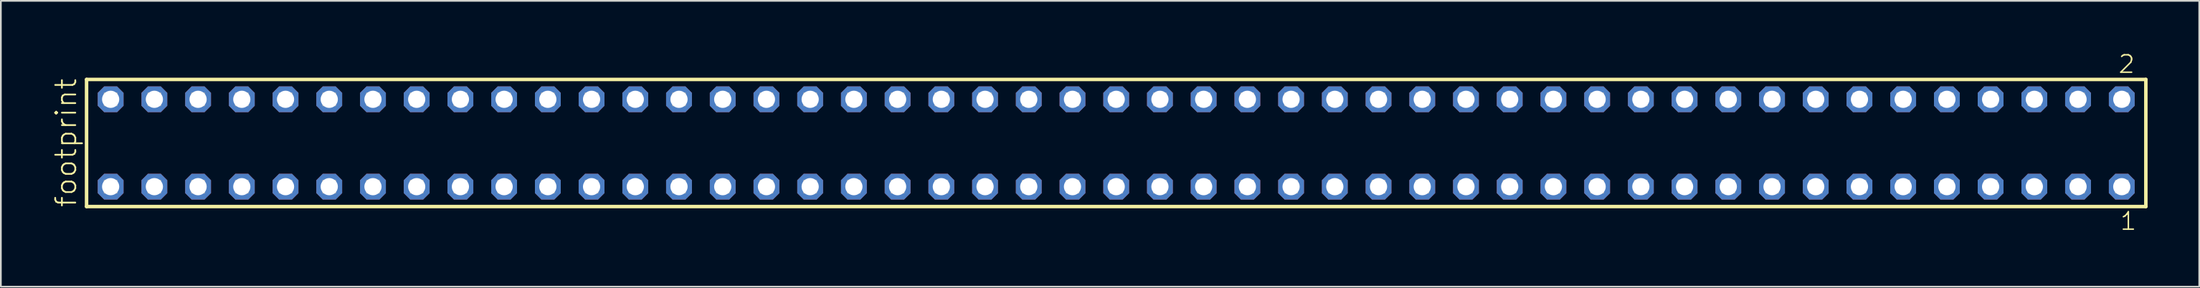
<source format=kicad_pcb>
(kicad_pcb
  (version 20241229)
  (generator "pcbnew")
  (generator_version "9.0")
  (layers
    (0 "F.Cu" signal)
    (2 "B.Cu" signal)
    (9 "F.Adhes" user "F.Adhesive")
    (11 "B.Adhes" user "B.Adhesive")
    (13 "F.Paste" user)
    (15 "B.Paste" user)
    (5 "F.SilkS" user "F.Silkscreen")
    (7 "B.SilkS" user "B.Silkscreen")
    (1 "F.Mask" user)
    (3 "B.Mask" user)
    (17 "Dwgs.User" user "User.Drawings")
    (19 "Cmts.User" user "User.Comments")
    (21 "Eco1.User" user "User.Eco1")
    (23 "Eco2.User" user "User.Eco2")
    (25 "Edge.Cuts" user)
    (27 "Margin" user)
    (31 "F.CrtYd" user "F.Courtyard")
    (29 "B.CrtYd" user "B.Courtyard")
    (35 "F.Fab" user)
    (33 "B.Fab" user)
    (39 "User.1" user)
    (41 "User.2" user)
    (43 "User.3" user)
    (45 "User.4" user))
  (footprint "footprint"
    (layer "F.Cu")
    (at 61.798 5.265)
    (property "Reference" "footprint" (at -60.325 3.81 90) (layer "F.SilkS") (effects (font (size 1.168 1.168) (thickness 0.102)) (justify left bottom)))
    (fp_line (start -59.819 -3.695) (end 59.819 -3.695) (stroke (width 0.203) (type solid)) (layer "F.SilkS"))
    (fp_line (start -59.819 3.695) (end -59.819 -3.695) (stroke (width 0.203) (type solid)) (layer "F.SilkS"))
    (fp_line (start 59.819 -3.695) (end 59.819 3.695) (stroke (width 0.203) (type solid)) (layer "F.SilkS"))
    (fp_line (start 59.819 3.695) (end -59.819 3.695) (stroke (width 0.203) (type solid)) (layer "F.SilkS"))
    (fp_poly (pts (xy -58.77 -2.19) (xy -58.07 -2.19) (xy -58.07 -2.89) (xy -58.77 -2.89)) (stroke (width 0.1) (type solid)) (fill no) (layer "F.Fab"))
    (fp_poly (pts (xy -58.77 2.89) (xy -58.07 2.89) (xy -58.07 2.19) (xy -58.77 2.19)) (stroke (width 0.1) (type solid)) (fill no) (layer "F.Fab"))
    (fp_poly (pts (xy -56.23 -2.19) (xy -55.53 -2.19) (xy -55.53 -2.89) (xy -56.23 -2.89)) (stroke (width 0.1) (type solid)) (fill no) (layer "F.Fab"))
    (fp_poly (pts (xy -56.23 2.89) (xy -55.53 2.89) (xy -55.53 2.19) (xy -56.23 2.19)) (stroke (width 0.1) (type solid)) (fill no) (layer "F.Fab"))
    (fp_poly (pts (xy -53.69 -2.19) (xy -52.99 -2.19) (xy -52.99 -2.89) (xy -53.69 -2.89)) (stroke (width 0.1) (type solid)) (fill no) (layer "F.Fab"))
    (fp_poly (pts (xy -53.69 2.89) (xy -52.99 2.89) (xy -52.99 2.19) (xy -53.69 2.19)) (stroke (width 0.1) (type solid)) (fill no) (layer "F.Fab"))
    (fp_poly (pts (xy -51.15 -2.19) (xy -50.45 -2.19) (xy -50.45 -2.89) (xy -51.15 -2.89)) (stroke (width 0.1) (type solid)) (fill no) (layer "F.Fab"))
    (fp_poly (pts (xy -51.15 2.89) (xy -50.45 2.89) (xy -50.45 2.19) (xy -51.15 2.19)) (stroke (width 0.1) (type solid)) (fill no) (layer "F.Fab"))
    (fp_poly (pts (xy -48.61 -2.19) (xy -47.91 -2.19) (xy -47.91 -2.89) (xy -48.61 -2.89)) (stroke (width 0.1) (type solid)) (fill no) (layer "F.Fab"))
    (fp_poly (pts (xy -48.61 2.89) (xy -47.91 2.89) (xy -47.91 2.19) (xy -48.61 2.19)) (stroke (width 0.1) (type solid)) (fill no) (layer "F.Fab"))
    (fp_poly (pts (xy -46.07 -2.19) (xy -45.37 -2.19) (xy -45.37 -2.89) (xy -46.07 -2.89)) (stroke (width 0.1) (type solid)) (fill no) (layer "F.Fab"))
    (fp_poly (pts (xy -46.07 2.89) (xy -45.37 2.89) (xy -45.37 2.19) (xy -46.07 2.19)) (stroke (width 0.1) (type solid)) (fill no) (layer "F.Fab"))
    (fp_poly (pts (xy -43.53 -2.19) (xy -42.83 -2.19) (xy -42.83 -2.89) (xy -43.53 -2.89)) (stroke (width 0.1) (type solid)) (fill no) (layer "F.Fab"))
    (fp_poly (pts (xy -43.53 2.89) (xy -42.83 2.89) (xy -42.83 2.19) (xy -43.53 2.19)) (stroke (width 0.1) (type solid)) (fill no) (layer "F.Fab"))
    (fp_poly (pts (xy -40.99 -2.19) (xy -40.29 -2.19) (xy -40.29 -2.89) (xy -40.99 -2.89)) (stroke (width 0.1) (type solid)) (fill no) (layer "F.Fab"))
    (fp_poly (pts (xy -40.99 2.89) (xy -40.29 2.89) (xy -40.29 2.19) (xy -40.99 2.19)) (stroke (width 0.1) (type solid)) (fill no) (layer "F.Fab"))
    (fp_poly (pts (xy -38.45 -2.19) (xy -37.75 -2.19) (xy -37.75 -2.89) (xy -38.45 -2.89)) (stroke (width 0.1) (type solid)) (fill no) (layer "F.Fab"))
    (fp_poly (pts (xy -38.45 2.89) (xy -37.75 2.89) (xy -37.75 2.19) (xy -38.45 2.19)) (stroke (width 0.1) (type solid)) (fill no) (layer "F.Fab"))
    (fp_poly (pts (xy -35.91 -2.19) (xy -35.21 -2.19) (xy -35.21 -2.89) (xy -35.91 -2.89)) (stroke (width 0.1) (type solid)) (fill no) (layer "F.Fab"))
    (fp_poly (pts (xy -35.91 2.89) (xy -35.21 2.89) (xy -35.21 2.19) (xy -35.91 2.19)) (stroke (width 0.1) (type solid)) (fill no) (layer "F.Fab"))
    (fp_poly (pts (xy -33.37 -2.19) (xy -32.67 -2.19) (xy -32.67 -2.89) (xy -33.37 -2.89)) (stroke (width 0.1) (type solid)) (fill no) (layer "F.Fab"))
    (fp_poly (pts (xy -33.37 2.89) (xy -32.67 2.89) (xy -32.67 2.19) (xy -33.37 2.19)) (stroke (width 0.1) (type solid)) (fill no) (layer "F.Fab"))
    (fp_poly (pts (xy -30.83 -2.19) (xy -30.13 -2.19) (xy -30.13 -2.89) (xy -30.83 -2.89)) (stroke (width 0.1) (type solid)) (fill no) (layer "F.Fab"))
    (fp_poly (pts (xy -30.83 2.89) (xy -30.13 2.89) (xy -30.13 2.19) (xy -30.83 2.19)) (stroke (width 0.1) (type solid)) (fill no) (layer "F.Fab"))
    (fp_poly (pts (xy -28.29 -2.19) (xy -27.59 -2.19) (xy -27.59 -2.89) (xy -28.29 -2.89)) (stroke (width 0.1) (type solid)) (fill no) (layer "F.Fab"))
    (fp_poly (pts (xy -28.29 2.89) (xy -27.59 2.89) (xy -27.59 2.19) (xy -28.29 2.19)) (stroke (width 0.1) (type solid)) (fill no) (layer "F.Fab"))
    (fp_poly (pts (xy -25.75 -2.19) (xy -25.05 -2.19) (xy -25.05 -2.89) (xy -25.75 -2.89)) (stroke (width 0.1) (type solid)) (fill no) (layer "F.Fab"))
    (fp_poly (pts (xy -25.75 2.89) (xy -25.05 2.89) (xy -25.05 2.19) (xy -25.75 2.19)) (stroke (width 0.1) (type solid)) (fill no) (layer "F.Fab"))
    (fp_poly (pts (xy -23.21 -2.19) (xy -22.51 -2.19) (xy -22.51 -2.89) (xy -23.21 -2.89)) (stroke (width 0.1) (type solid)) (fill no) (layer "F.Fab"))
    (fp_poly (pts (xy -23.21 2.89) (xy -22.51 2.89) (xy -22.51 2.19) (xy -23.21 2.19)) (stroke (width 0.1) (type solid)) (fill no) (layer "F.Fab"))
    (fp_poly (pts (xy -20.67 -2.19) (xy -19.97 -2.19) (xy -19.97 -2.89) (xy -20.67 -2.89)) (stroke (width 0.1) (type solid)) (fill no) (layer "F.Fab"))
    (fp_poly (pts (xy -20.67 2.89) (xy -19.97 2.89) (xy -19.97 2.19) (xy -20.67 2.19)) (stroke (width 0.1) (type solid)) (fill no) (layer "F.Fab"))
    (fp_poly (pts (xy -18.13 -2.19) (xy -17.43 -2.19) (xy -17.43 -2.89) (xy -18.13 -2.89)) (stroke (width 0.1) (type solid)) (fill no) (layer "F.Fab"))
    (fp_poly (pts (xy -18.13 2.89) (xy -17.43 2.89) (xy -17.43 2.19) (xy -18.13 2.19)) (stroke (width 0.1) (type solid)) (fill no) (layer "F.Fab"))
    (fp_poly (pts (xy -15.59 -2.19) (xy -14.89 -2.19) (xy -14.89 -2.89) (xy -15.59 -2.89)) (stroke (width 0.1) (type solid)) (fill no) (layer "F.Fab"))
    (fp_poly (pts (xy -15.59 2.89) (xy -14.89 2.89) (xy -14.89 2.19) (xy -15.59 2.19)) (stroke (width 0.1) (type solid)) (fill no) (layer "F.Fab"))
    (fp_poly (pts (xy -13.05 -2.19) (xy -12.35 -2.19) (xy -12.35 -2.89) (xy -13.05 -2.89)) (stroke (width 0.1) (type solid)) (fill no) (layer "F.Fab"))
    (fp_poly (pts (xy -13.05 2.89) (xy -12.35 2.89) (xy -12.35 2.19) (xy -13.05 2.19)) (stroke (width 0.1) (type solid)) (fill no) (layer "F.Fab"))
    (fp_poly (pts (xy -10.51 -2.19) (xy -9.81 -2.19) (xy -9.81 -2.89) (xy -10.51 -2.89)) (stroke (width 0.1) (type solid)) (fill no) (layer "F.Fab"))
    (fp_poly (pts (xy -10.51 2.89) (xy -9.81 2.89) (xy -9.81 2.19) (xy -10.51 2.19)) (stroke (width 0.1) (type solid)) (fill no) (layer "F.Fab"))
    (fp_poly (pts (xy -7.97 -2.19) (xy -7.27 -2.19) (xy -7.27 -2.89) (xy -7.97 -2.89)) (stroke (width 0.1) (type solid)) (fill no) (layer "F.Fab"))
    (fp_poly (pts (xy -7.97 2.89) (xy -7.27 2.89) (xy -7.27 2.19) (xy -7.97 2.19)) (stroke (width 0.1) (type solid)) (fill no) (layer "F.Fab"))
    (fp_poly (pts (xy -5.43 -2.19) (xy -4.73 -2.19) (xy -4.73 -2.89) (xy -5.43 -2.89)) (stroke (width 0.1) (type solid)) (fill no) (layer "F.Fab"))
    (fp_poly (pts (xy -5.43 2.89) (xy -4.73 2.89) (xy -4.73 2.19) (xy -5.43 2.19)) (stroke (width 0.1) (type solid)) (fill no) (layer "F.Fab"))
    (fp_poly (pts (xy -2.89 -2.19) (xy -2.19 -2.19) (xy -2.19 -2.89) (xy -2.89 -2.89)) (stroke (width 0.1) (type solid)) (fill no) (layer "F.Fab"))
    (fp_poly (pts (xy -2.89 2.89) (xy -2.19 2.89) (xy -2.19 2.19) (xy -2.89 2.19)) (stroke (width 0.1) (type solid)) (fill no) (layer "F.Fab"))
    (fp_poly (pts (xy -0.35 -2.19) (xy 0.35 -2.19) (xy 0.35 -2.89) (xy -0.35 -2.89)) (stroke (width 0.1) (type solid)) (fill no) (layer "F.Fab"))
    (fp_poly (pts (xy -0.35 2.89) (xy 0.35 2.89) (xy 0.35 2.19) (xy -0.35 2.19)) (stroke (width 0.1) (type solid)) (fill no) (layer "F.Fab"))
    (fp_poly (pts (xy 2.19 -2.19) (xy 2.89 -2.19) (xy 2.89 -2.89) (xy 2.19 -2.89)) (stroke (width 0.1) (type solid)) (fill no) (layer "F.Fab"))
    (fp_poly (pts (xy 2.19 2.89) (xy 2.89 2.89) (xy 2.89 2.19) (xy 2.19 2.19)) (stroke (width 0.1) (type solid)) (fill no) (layer "F.Fab"))
    (fp_poly (pts (xy 4.73 -2.19) (xy 5.43 -2.19) (xy 5.43 -2.89) (xy 4.73 -2.89)) (stroke (width 0.1) (type solid)) (fill no) (layer "F.Fab"))
    (fp_poly (pts (xy 4.73 2.89) (xy 5.43 2.89) (xy 5.43 2.19) (xy 4.73 2.19)) (stroke (width 0.1) (type solid)) (fill no) (layer "F.Fab"))
    (fp_poly (pts (xy 7.27 -2.19) (xy 7.97 -2.19) (xy 7.97 -2.89) (xy 7.27 -2.89)) (stroke (width 0.1) (type solid)) (fill no) (layer "F.Fab"))
    (fp_poly (pts (xy 7.27 2.89) (xy 7.97 2.89) (xy 7.97 2.19) (xy 7.27 2.19)) (stroke (width 0.1) (type solid)) (fill no) (layer "F.Fab"))
    (fp_poly (pts (xy 9.81 -2.19) (xy 10.51 -2.19) (xy 10.51 -2.89) (xy 9.81 -2.89)) (stroke (width 0.1) (type solid)) (fill no) (layer "F.Fab"))
    (fp_poly (pts (xy 9.81 2.89) (xy 10.51 2.89) (xy 10.51 2.19) (xy 9.81 2.19)) (stroke (width 0.1) (type solid)) (fill no) (layer "F.Fab"))
    (fp_poly (pts (xy 12.35 -2.19) (xy 13.05 -2.19) (xy 13.05 -2.89) (xy 12.35 -2.89)) (stroke (width 0.1) (type solid)) (fill no) (layer "F.Fab"))
    (fp_poly (pts (xy 12.35 2.89) (xy 13.05 2.89) (xy 13.05 2.19) (xy 12.35 2.19)) (stroke (width 0.1) (type solid)) (fill no) (layer "F.Fab"))
    (fp_poly (pts (xy 14.89 -2.19) (xy 15.59 -2.19) (xy 15.59 -2.89) (xy 14.89 -2.89)) (stroke (width 0.1) (type solid)) (fill no) (layer "F.Fab"))
    (fp_poly (pts (xy 14.89 2.89) (xy 15.59 2.89) (xy 15.59 2.19) (xy 14.89 2.19)) (stroke (width 0.1) (type solid)) (fill no) (layer "F.Fab"))
    (fp_poly (pts (xy 17.43 -2.19) (xy 18.13 -2.19) (xy 18.13 -2.89) (xy 17.43 -2.89)) (stroke (width 0.1) (type solid)) (fill no) (layer "F.Fab"))
    (fp_poly (pts (xy 17.43 2.89) (xy 18.13 2.89) (xy 18.13 2.19) (xy 17.43 2.19)) (stroke (width 0.1) (type solid)) (fill no) (layer "F.Fab"))
    (fp_poly (pts (xy 19.97 -2.19) (xy 20.67 -2.19) (xy 20.67 -2.89) (xy 19.97 -2.89)) (stroke (width 0.1) (type solid)) (fill no) (layer "F.Fab"))
    (fp_poly (pts (xy 19.97 2.89) (xy 20.67 2.89) (xy 20.67 2.19) (xy 19.97 2.19)) (stroke (width 0.1) (type solid)) (fill no) (layer "F.Fab"))
    (fp_poly (pts (xy 22.51 -2.19) (xy 23.21 -2.19) (xy 23.21 -2.89) (xy 22.51 -2.89)) (stroke (width 0.1) (type solid)) (fill no) (layer "F.Fab"))
    (fp_poly (pts (xy 22.51 2.89) (xy 23.21 2.89) (xy 23.21 2.19) (xy 22.51 2.19)) (stroke (width 0.1) (type solid)) (fill no) (layer "F.Fab"))
    (fp_poly (pts (xy 25.05 -2.19) (xy 25.75 -2.19) (xy 25.75 -2.89) (xy 25.05 -2.89)) (stroke (width 0.1) (type solid)) (fill no) (layer "F.Fab"))
    (fp_poly (pts (xy 25.05 2.89) (xy 25.75 2.89) (xy 25.75 2.19) (xy 25.05 2.19)) (stroke (width 0.1) (type solid)) (fill no) (layer "F.Fab"))
    (fp_poly (pts (xy 27.59 -2.19) (xy 28.29 -2.19) (xy 28.29 -2.89) (xy 27.59 -2.89)) (stroke (width 0.1) (type solid)) (fill no) (layer "F.Fab"))
    (fp_poly (pts (xy 27.59 2.89) (xy 28.29 2.89) (xy 28.29 2.19) (xy 27.59 2.19)) (stroke (width 0.1) (type solid)) (fill no) (layer "F.Fab"))
    (fp_poly (pts (xy 30.13 -2.19) (xy 30.83 -2.19) (xy 30.83 -2.89) (xy 30.13 -2.89)) (stroke (width 0.1) (type solid)) (fill no) (layer "F.Fab"))
    (fp_poly (pts (xy 30.13 2.89) (xy 30.83 2.89) (xy 30.83 2.19) (xy 30.13 2.19)) (stroke (width 0.1) (type solid)) (fill no) (layer "F.Fab"))
    (fp_poly (pts (xy 32.67 -2.19) (xy 33.37 -2.19) (xy 33.37 -2.89) (xy 32.67 -2.89)) (stroke (width 0.1) (type solid)) (fill no) (layer "F.Fab"))
    (fp_poly (pts (xy 32.67 2.89) (xy 33.37 2.89) (xy 33.37 2.19) (xy 32.67 2.19)) (stroke (width 0.1) (type solid)) (fill no) (layer "F.Fab"))
    (fp_poly (pts (xy 35.21 -2.19) (xy 35.91 -2.19) (xy 35.91 -2.89) (xy 35.21 -2.89)) (stroke (width 0.1) (type solid)) (fill no) (layer "F.Fab"))
    (fp_poly (pts (xy 35.21 2.89) (xy 35.91 2.89) (xy 35.91 2.19) (xy 35.21 2.19)) (stroke (width 0.1) (type solid)) (fill no) (layer "F.Fab"))
    (fp_poly (pts (xy 37.75 -2.19) (xy 38.45 -2.19) (xy 38.45 -2.89) (xy 37.75 -2.89)) (stroke (width 0.1) (type solid)) (fill no) (layer "F.Fab"))
    (fp_poly (pts (xy 37.75 2.89) (xy 38.45 2.89) (xy 38.45 2.19) (xy 37.75 2.19)) (stroke (width 0.1) (type solid)) (fill no) (layer "F.Fab"))
    (fp_poly (pts (xy 40.29 -2.19) (xy 40.99 -2.19) (xy 40.99 -2.89) (xy 40.29 -2.89)) (stroke (width 0.1) (type solid)) (fill no) (layer "F.Fab"))
    (fp_poly (pts (xy 40.29 2.89) (xy 40.99 2.89) (xy 40.99 2.19) (xy 40.29 2.19)) (stroke (width 0.1) (type solid)) (fill no) (layer "F.Fab"))
    (fp_poly (pts (xy 42.83 -2.19) (xy 43.53 -2.19) (xy 43.53 -2.89) (xy 42.83 -2.89)) (stroke (width 0.1) (type solid)) (fill no) (layer "F.Fab"))
    (fp_poly (pts (xy 42.83 2.89) (xy 43.53 2.89) (xy 43.53 2.19) (xy 42.83 2.19)) (stroke (width 0.1) (type solid)) (fill no) (layer "F.Fab"))
    (fp_poly (pts (xy 45.37 -2.19) (xy 46.07 -2.19) (xy 46.07 -2.89) (xy 45.37 -2.89)) (stroke (width 0.1) (type solid)) (fill no) (layer "F.Fab"))
    (fp_poly (pts (xy 45.37 2.89) (xy 46.07 2.89) (xy 46.07 2.19) (xy 45.37 2.19)) (stroke (width 0.1) (type solid)) (fill no) (layer "F.Fab"))
    (fp_poly (pts (xy 47.91 -2.19) (xy 48.61 -2.19) (xy 48.61 -2.89) (xy 47.91 -2.89)) (stroke (width 0.1) (type solid)) (fill no) (layer "F.Fab"))
    (fp_poly (pts (xy 47.91 2.89) (xy 48.61 2.89) (xy 48.61 2.19) (xy 47.91 2.19)) (stroke (width 0.1) (type solid)) (fill no) (layer "F.Fab"))
    (fp_poly (pts (xy 50.45 -2.19) (xy 51.15 -2.19) (xy 51.15 -2.89) (xy 50.45 -2.89)) (stroke (width 0.1) (type solid)) (fill no) (layer "F.Fab"))
    (fp_poly (pts (xy 50.45 2.89) (xy 51.15 2.89) (xy 51.15 2.19) (xy 50.45 2.19)) (stroke (width 0.1) (type solid)) (fill no) (layer "F.Fab"))
    (fp_poly (pts (xy 52.99 -2.19) (xy 53.69 -2.19) (xy 53.69 -2.89) (xy 52.99 -2.89)) (stroke (width 0.1) (type solid)) (fill no) (layer "F.Fab"))
    (fp_poly (pts (xy 52.99 2.89) (xy 53.69 2.89) (xy 53.69 2.19) (xy 52.99 2.19)) (stroke (width 0.1) (type solid)) (fill no) (layer "F.Fab"))
    (fp_poly (pts (xy 55.53 -2.19) (xy 56.23 -2.19) (xy 56.23 -2.89) (xy 55.53 -2.89)) (stroke (width 0.1) (type solid)) (fill no) (layer "F.Fab"))
    (fp_poly (pts (xy 55.53 2.89) (xy 56.23 2.89) (xy 56.23 2.19) (xy 55.53 2.19)) (stroke (width 0.1) (type solid)) (fill no) (layer "F.Fab"))
    (fp_poly (pts (xy 58.07 -2.19) (xy 58.77 -2.19) (xy 58.77 -2.89) (xy 58.07 -2.89)) (stroke (width 0.1) (type solid)) (fill no) (layer "F.Fab"))
    (fp_poly (pts (xy 58.07 2.89) (xy 58.77 2.89) (xy 58.77 2.19) (xy 58.07 2.19)) (stroke (width 0.1) (type solid)) (fill no) (layer "F.Fab"))
    (fp_text user "2" (at 58.162 -3.989 0) (layer "F.SilkS") (effects (font (size 1.012 1.012) (thickness 0.088)) (justify left bottom)))
    (fp_text user "1" (at 58.262 5.138 0) (layer "F.SilkS") (effects (font (size 1.012 1.012) (thickness 0.088)) (justify left bottom)))
    (pad "1" thru_hole roundrect (at 58.42 2.54 180) (size 1.5 1.5) (drill 1) (layers "*.Cu" "*.Mask") (roundrect_rratio 0.25) (chamfer_ratio 0.25) (chamfer top_left top_right bottom_left bottom_right))
    (pad "2" thru_hole roundrect (at 58.42 -2.54 180) (size 1.5 1.5) (drill 1) (layers "*.Cu" "*.Mask") (roundrect_rratio 0.25) (chamfer_ratio 0.25) (chamfer top_left top_right bottom_left bottom_right))
    (pad "3" thru_hole roundrect (at 55.88 2.54 180) (size 1.5 1.5) (drill 1) (layers "*.Cu" "*.Mask") (roundrect_rratio 0.25) (chamfer_ratio 0.25) (chamfer top_left top_right bottom_left bottom_right))
    (pad "4" thru_hole roundrect (at 55.88 -2.54 180) (size 1.5 1.5) (drill 1) (layers "*.Cu" "*.Mask") (roundrect_rratio 0.25) (chamfer_ratio 0.25) (chamfer top_left top_right bottom_left bottom_right))
    (pad "5" thru_hole roundrect (at 53.34 2.54 180) (size 1.5 1.5) (drill 1) (layers "*.Cu" "*.Mask") (roundrect_rratio 0.25) (chamfer_ratio 0.25) (chamfer top_left top_right bottom_left bottom_right))
    (pad "6" thru_hole roundrect (at 53.34 -2.54 180) (size 1.5 1.5) (drill 1) (layers "*.Cu" "*.Mask") (roundrect_rratio 0.25) (chamfer_ratio 0.25) (chamfer top_left top_right bottom_left bottom_right))
    (pad "7" thru_hole roundrect (at 50.8 2.54 180) (size 1.5 1.5) (drill 1) (layers "*.Cu" "*.Mask") (roundrect_rratio 0.25) (chamfer_ratio 0.25) (chamfer top_left top_right bottom_left bottom_right))
    (pad "8" thru_hole roundrect (at 50.8 -2.54 180) (size 1.5 1.5) (drill 1) (layers "*.Cu" "*.Mask") (roundrect_rratio 0.25) (chamfer_ratio 0.25) (chamfer top_left top_right bottom_left bottom_right))
    (pad "9" thru_hole roundrect (at 48.26 2.54 180) (size 1.5 1.5) (drill 1) (layers "*.Cu" "*.Mask") (roundrect_rratio 0.25) (chamfer_ratio 0.25) (chamfer top_left top_right bottom_left bottom_right))
    (pad "10" thru_hole roundrect (at 48.26 -2.54 180) (size 1.5 1.5) (drill 1) (layers "*.Cu" "*.Mask") (roundrect_rratio 0.25) (chamfer_ratio 0.25) (chamfer top_left top_right bottom_left bottom_right))
    (pad "11" thru_hole roundrect (at 45.72 2.54 180) (size 1.5 1.5) (drill 1) (layers "*.Cu" "*.Mask") (roundrect_rratio 0.25) (chamfer_ratio 0.25) (chamfer top_left top_right bottom_left bottom_right))
    (pad "12" thru_hole roundrect (at 45.72 -2.54 180) (size 1.5 1.5) (drill 1) (layers "*.Cu" "*.Mask") (roundrect_rratio 0.25) (chamfer_ratio 0.25) (chamfer top_left top_right bottom_left bottom_right))
    (pad "13" thru_hole roundrect (at 43.18 2.54 180) (size 1.5 1.5) (drill 1) (layers "*.Cu" "*.Mask") (roundrect_rratio 0.25) (chamfer_ratio 0.25) (chamfer top_left top_right bottom_left bottom_right))
    (pad "14" thru_hole roundrect (at 43.18 -2.54 180) (size 1.5 1.5) (drill 1) (layers "*.Cu" "*.Mask") (roundrect_rratio 0.25) (chamfer_ratio 0.25) (chamfer top_left top_right bottom_left bottom_right))
    (pad "15" thru_hole roundrect (at 40.64 2.54 180) (size 1.5 1.5) (drill 1) (layers "*.Cu" "*.Mask") (roundrect_rratio 0.25) (chamfer_ratio 0.25) (chamfer top_left top_right bottom_left bottom_right))
    (pad "16" thru_hole roundrect (at 40.64 -2.54 180) (size 1.5 1.5) (drill 1) (layers "*.Cu" "*.Mask") (roundrect_rratio 0.25) (chamfer_ratio 0.25) (chamfer top_left top_right bottom_left bottom_right))
    (pad "17" thru_hole roundrect (at 38.1 2.54 180) (size 1.5 1.5) (drill 1) (layers "*.Cu" "*.Mask") (roundrect_rratio 0.25) (chamfer_ratio 0.25) (chamfer top_left top_right bottom_left bottom_right))
    (pad "18" thru_hole roundrect (at 38.1 -2.54 180) (size 1.5 1.5) (drill 1) (layers "*.Cu" "*.Mask") (roundrect_rratio 0.25) (chamfer_ratio 0.25) (chamfer top_left top_right bottom_left bottom_right))
    (pad "19" thru_hole roundrect (at 35.56 2.54 180) (size 1.5 1.5) (drill 1) (layers "*.Cu" "*.Mask") (roundrect_rratio 0.25) (chamfer_ratio 0.25) (chamfer top_left top_right bottom_left bottom_right))
    (pad "20" thru_hole roundrect (at 35.56 -2.54 180) (size 1.5 1.5) (drill 1) (layers "*.Cu" "*.Mask") (roundrect_rratio 0.25) (chamfer_ratio 0.25) (chamfer top_left top_right bottom_left bottom_right))
    (pad "21" thru_hole roundrect (at 33.02 2.54 180) (size 1.5 1.5) (drill 1) (layers "*.Cu" "*.Mask") (roundrect_rratio 0.25) (chamfer_ratio 0.25) (chamfer top_left top_right bottom_left bottom_right))
    (pad "22" thru_hole roundrect (at 33.02 -2.54 180) (size 1.5 1.5) (drill 1) (layers "*.Cu" "*.Mask") (roundrect_rratio 0.25) (chamfer_ratio 0.25) (chamfer top_left top_right bottom_left bottom_right))
    (pad "23" thru_hole roundrect (at 30.48 2.54 180) (size 1.5 1.5) (drill 1) (layers "*.Cu" "*.Mask") (roundrect_rratio 0.25) (chamfer_ratio 0.25) (chamfer top_left top_right bottom_left bottom_right))
    (pad "24" thru_hole roundrect (at 30.48 -2.54 180) (size 1.5 1.5) (drill 1) (layers "*.Cu" "*.Mask") (roundrect_rratio 0.25) (chamfer_ratio 0.25) (chamfer top_left top_right bottom_left bottom_right))
    (pad "25" thru_hole roundrect (at 27.94 2.54 180) (size 1.5 1.5) (drill 1) (layers "*.Cu" "*.Mask") (roundrect_rratio 0.25) (chamfer_ratio 0.25) (chamfer top_left top_right bottom_left bottom_right))
    (pad "26" thru_hole roundrect (at 27.94 -2.54 180) (size 1.5 1.5) (drill 1) (layers "*.Cu" "*.Mask") (roundrect_rratio 0.25) (chamfer_ratio 0.25) (chamfer top_left top_right bottom_left bottom_right))
    (pad "27" thru_hole roundrect (at 25.4 2.54 180) (size 1.5 1.5) (drill 1) (layers "*.Cu" "*.Mask") (roundrect_rratio 0.25) (chamfer_ratio 0.25) (chamfer top_left top_right bottom_left bottom_right))
    (pad "28" thru_hole roundrect (at 25.4 -2.54 180) (size 1.5 1.5) (drill 1) (layers "*.Cu" "*.Mask") (roundrect_rratio 0.25) (chamfer_ratio 0.25) (chamfer top_left top_right bottom_left bottom_right))
    (pad "29" thru_hole roundrect (at 22.86 2.54 180) (size 1.5 1.5) (drill 1) (layers "*.Cu" "*.Mask") (roundrect_rratio 0.25) (chamfer_ratio 0.25) (chamfer top_left top_right bottom_left bottom_right))
    (pad "30" thru_hole roundrect (at 22.86 -2.54 180) (size 1.5 1.5) (drill 1) (layers "*.Cu" "*.Mask") (roundrect_rratio 0.25) (chamfer_ratio 0.25) (chamfer top_left top_right bottom_left bottom_right))
    (pad "31" thru_hole roundrect (at 20.32 2.54 180) (size 1.5 1.5) (drill 1) (layers "*.Cu" "*.Mask") (roundrect_rratio 0.25) (chamfer_ratio 0.25) (chamfer top_left top_right bottom_left bottom_right))
    (pad "32" thru_hole roundrect (at 20.32 -2.54 180) (size 1.5 1.5) (drill 1) (layers "*.Cu" "*.Mask") (roundrect_rratio 0.25) (chamfer_ratio 0.25) (chamfer top_left top_right bottom_left bottom_right))
    (pad "33" thru_hole roundrect (at 17.78 2.54 180) (size 1.5 1.5) (drill 1) (layers "*.Cu" "*.Mask") (roundrect_rratio 0.25) (chamfer_ratio 0.25) (chamfer top_left top_right bottom_left bottom_right))
    (pad "34" thru_hole roundrect (at 17.78 -2.54 180) (size 1.5 1.5) (drill 1) (layers "*.Cu" "*.Mask") (roundrect_rratio 0.25) (chamfer_ratio 0.25) (chamfer top_left top_right bottom_left bottom_right))
    (pad "35" thru_hole roundrect (at 15.24 2.54 180) (size 1.5 1.5) (drill 1) (layers "*.Cu" "*.Mask") (roundrect_rratio 0.25) (chamfer_ratio 0.25) (chamfer top_left top_right bottom_left bottom_right))
    (pad "36" thru_hole roundrect (at 15.24 -2.54 180) (size 1.5 1.5) (drill 1) (layers "*.Cu" "*.Mask") (roundrect_rratio 0.25) (chamfer_ratio 0.25) (chamfer top_left top_right bottom_left bottom_right))
    (pad "37" thru_hole roundrect (at 12.7 2.54 180) (size 1.5 1.5) (drill 1) (layers "*.Cu" "*.Mask") (roundrect_rratio 0.25) (chamfer_ratio 0.25) (chamfer top_left top_right bottom_left bottom_right))
    (pad "38" thru_hole roundrect (at 12.7 -2.54 180) (size 1.5 1.5) (drill 1) (layers "*.Cu" "*.Mask") (roundrect_rratio 0.25) (chamfer_ratio 0.25) (chamfer top_left top_right bottom_left bottom_right))
    (pad "39" thru_hole roundrect (at 10.16 2.54 180) (size 1.5 1.5) (drill 1) (layers "*.Cu" "*.Mask") (roundrect_rratio 0.25) (chamfer_ratio 0.25) (chamfer top_left top_right bottom_left bottom_right))
    (pad "40" thru_hole roundrect (at 10.16 -2.54 180) (size 1.5 1.5) (drill 1) (layers "*.Cu" "*.Mask") (roundrect_rratio 0.25) (chamfer_ratio 0.25) (chamfer top_left top_right bottom_left bottom_right))
    (pad "41" thru_hole roundrect (at 7.62 2.54 180) (size 1.5 1.5) (drill 1) (layers "*.Cu" "*.Mask") (roundrect_rratio 0.25) (chamfer_ratio 0.25) (chamfer top_left top_right bottom_left bottom_right))
    (pad "42" thru_hole roundrect (at 7.62 -2.54 180) (size 1.5 1.5) (drill 1) (layers "*.Cu" "*.Mask") (roundrect_rratio 0.25) (chamfer_ratio 0.25) (chamfer top_left top_right bottom_left bottom_right))
    (pad "43" thru_hole roundrect (at 5.08 2.54 180) (size 1.5 1.5) (drill 1) (layers "*.Cu" "*.Mask") (roundrect_rratio 0.25) (chamfer_ratio 0.25) (chamfer top_left top_right bottom_left bottom_right))
    (pad "44" thru_hole roundrect (at 5.08 -2.54 180) (size 1.5 1.5) (drill 1) (layers "*.Cu" "*.Mask") (roundrect_rratio 0.25) (chamfer_ratio 0.25) (chamfer top_left top_right bottom_left bottom_right))
    (pad "45" thru_hole roundrect (at 2.54 2.54 180) (size 1.5 1.5) (drill 1) (layers "*.Cu" "*.Mask") (roundrect_rratio 0.25) (chamfer_ratio 0.25) (chamfer top_left top_right bottom_left bottom_right))
    (pad "46" thru_hole roundrect (at 2.54 -2.54 180) (size 1.5 1.5) (drill 1) (layers "*.Cu" "*.Mask") (roundrect_rratio 0.25) (chamfer_ratio 0.25) (chamfer top_left top_right bottom_left bottom_right))
    (pad "47" thru_hole roundrect (at 0 2.54 180) (size 1.5 1.5) (drill 1) (layers "*.Cu" "*.Mask") (roundrect_rratio 0.25) (chamfer_ratio 0.25) (chamfer top_left top_right bottom_left bottom_right))
    (pad "48" thru_hole roundrect (at 0 -2.54 180) (size 1.5 1.5) (drill 1) (layers "*.Cu" "*.Mask") (roundrect_rratio 0.25) (chamfer_ratio 0.25) (chamfer top_left top_right bottom_left bottom_right))
    (pad "49" thru_hole roundrect (at -2.54 2.54 180) (size 1.5 1.5) (drill 1) (layers "*.Cu" "*.Mask") (roundrect_rratio 0.25) (chamfer_ratio 0.25) (chamfer top_left top_right bottom_left bottom_right))
    (pad "50" thru_hole roundrect (at -2.54 -2.54 180) (size 1.5 1.5) (drill 1) (layers "*.Cu" "*.Mask") (roundrect_rratio 0.25) (chamfer_ratio 0.25) (chamfer top_left top_right bottom_left bottom_right))
    (pad "51" thru_hole roundrect (at -5.08 2.54 180) (size 1.5 1.5) (drill 1) (layers "*.Cu" "*.Mask") (roundrect_rratio 0.25) (chamfer_ratio 0.25) (chamfer top_left top_right bottom_left bottom_right))
    (pad "52" thru_hole roundrect (at -5.08 -2.54 180) (size 1.5 1.5) (drill 1) (layers "*.Cu" "*.Mask") (roundrect_rratio 0.25) (chamfer_ratio 0.25) (chamfer top_left top_right bottom_left bottom_right))
    (pad "53" thru_hole roundrect (at -7.62 2.54 180) (size 1.5 1.5) (drill 1) (layers "*.Cu" "*.Mask") (roundrect_rratio 0.25) (chamfer_ratio 0.25) (chamfer top_left top_right bottom_left bottom_right))
    (pad "54" thru_hole roundrect (at -7.62 -2.54 180) (size 1.5 1.5) (drill 1) (layers "*.Cu" "*.Mask") (roundrect_rratio 0.25) (chamfer_ratio 0.25) (chamfer top_left top_right bottom_left bottom_right))
    (pad "55" thru_hole roundrect (at -10.16 2.54 180) (size 1.5 1.5) (drill 1) (layers "*.Cu" "*.Mask") (roundrect_rratio 0.25) (chamfer_ratio 0.25) (chamfer top_left top_right bottom_left bottom_right))
    (pad "56" thru_hole roundrect (at -10.16 -2.54 180) (size 1.5 1.5) (drill 1) (layers "*.Cu" "*.Mask") (roundrect_rratio 0.25) (chamfer_ratio 0.25) (chamfer top_left top_right bottom_left bottom_right))
    (pad "57" thru_hole roundrect (at -12.7 2.54 180) (size 1.5 1.5) (drill 1) (layers "*.Cu" "*.Mask") (roundrect_rratio 0.25) (chamfer_ratio 0.25) (chamfer top_left top_right bottom_left bottom_right))
    (pad "58" thru_hole roundrect (at -12.7 -2.54 180) (size 1.5 1.5) (drill 1) (layers "*.Cu" "*.Mask") (roundrect_rratio 0.25) (chamfer_ratio 0.25) (chamfer top_left top_right bottom_left bottom_right))
    (pad "59" thru_hole roundrect (at -15.24 2.54 180) (size 1.5 1.5) (drill 1) (layers "*.Cu" "*.Mask") (roundrect_rratio 0.25) (chamfer_ratio 0.25) (chamfer top_left top_right bottom_left bottom_right))
    (pad "60" thru_hole roundrect (at -15.24 -2.54 180) (size 1.5 1.5) (drill 1) (layers "*.Cu" "*.Mask") (roundrect_rratio 0.25) (chamfer_ratio 0.25) (chamfer top_left top_right bottom_left bottom_right))
    (pad "61" thru_hole roundrect (at -17.78 2.54 180) (size 1.5 1.5) (drill 1) (layers "*.Cu" "*.Mask") (roundrect_rratio 0.25) (chamfer_ratio 0.25) (chamfer top_left top_right bottom_left bottom_right))
    (pad "62" thru_hole roundrect (at -17.78 -2.54 180) (size 1.5 1.5) (drill 1) (layers "*.Cu" "*.Mask") (roundrect_rratio 0.25) (chamfer_ratio 0.25) (chamfer top_left top_right bottom_left bottom_right))
    (pad "63" thru_hole roundrect (at -20.32 2.54 180) (size 1.5 1.5) (drill 1) (layers "*.Cu" "*.Mask") (roundrect_rratio 0.25) (chamfer_ratio 0.25) (chamfer top_left top_right bottom_left bottom_right))
    (pad "64" thru_hole roundrect (at -20.32 -2.54 180) (size 1.5 1.5) (drill 1) (layers "*.Cu" "*.Mask") (roundrect_rratio 0.25) (chamfer_ratio 0.25) (chamfer top_left top_right bottom_left bottom_right))
    (pad "65" thru_hole roundrect (at -22.86 2.54 180) (size 1.5 1.5) (drill 1) (layers "*.Cu" "*.Mask") (roundrect_rratio 0.25) (chamfer_ratio 0.25) (chamfer top_left top_right bottom_left bottom_right))
    (pad "66" thru_hole roundrect (at -22.86 -2.54 180) (size 1.5 1.5) (drill 1) (layers "*.Cu" "*.Mask") (roundrect_rratio 0.25) (chamfer_ratio 0.25) (chamfer top_left top_right bottom_left bottom_right))
    (pad "67" thru_hole roundrect (at -25.4 2.54 180) (size 1.5 1.5) (drill 1) (layers "*.Cu" "*.Mask") (roundrect_rratio 0.25) (chamfer_ratio 0.25) (chamfer top_left top_right bottom_left bottom_right))
    (pad "68" thru_hole roundrect (at -25.4 -2.54 180) (size 1.5 1.5) (drill 1) (layers "*.Cu" "*.Mask") (roundrect_rratio 0.25) (chamfer_ratio 0.25) (chamfer top_left top_right bottom_left bottom_right))
    (pad "69" thru_hole roundrect (at -27.94 2.54 180) (size 1.5 1.5) (drill 1) (layers "*.Cu" "*.Mask") (roundrect_rratio 0.25) (chamfer_ratio 0.25) (chamfer top_left top_right bottom_left bottom_right))
    (pad "70" thru_hole roundrect (at -27.94 -2.54 180) (size 1.5 1.5) (drill 1) (layers "*.Cu" "*.Mask") (roundrect_rratio 0.25) (chamfer_ratio 0.25) (chamfer top_left top_right bottom_left bottom_right))
    (pad "71" thru_hole roundrect (at -30.48 2.54 180) (size 1.5 1.5) (drill 1) (layers "*.Cu" "*.Mask") (roundrect_rratio 0.25) (chamfer_ratio 0.25) (chamfer top_left top_right bottom_left bottom_right))
    (pad "72" thru_hole roundrect (at -30.48 -2.54 180) (size 1.5 1.5) (drill 1) (layers "*.Cu" "*.Mask") (roundrect_rratio 0.25) (chamfer_ratio 0.25) (chamfer top_left top_right bottom_left bottom_right))
    (pad "73" thru_hole roundrect (at -33.02 2.54 180) (size 1.5 1.5) (drill 1) (layers "*.Cu" "*.Mask") (roundrect_rratio 0.25) (chamfer_ratio 0.25) (chamfer top_left top_right bottom_left bottom_right))
    (pad "74" thru_hole roundrect (at -33.02 -2.54 180) (size 1.5 1.5) (drill 1) (layers "*.Cu" "*.Mask") (roundrect_rratio 0.25) (chamfer_ratio 0.25) (chamfer top_left top_right bottom_left bottom_right))
    (pad "75" thru_hole roundrect (at -35.56 2.54 180) (size 1.5 1.5) (drill 1) (layers "*.Cu" "*.Mask") (roundrect_rratio 0.25) (chamfer_ratio 0.25) (chamfer top_left top_right bottom_left bottom_right))
    (pad "76" thru_hole roundrect (at -35.56 -2.54 180) (size 1.5 1.5) (drill 1) (layers "*.Cu" "*.Mask") (roundrect_rratio 0.25) (chamfer_ratio 0.25) (chamfer top_left top_right bottom_left bottom_right))
    (pad "77" thru_hole roundrect (at -38.1 2.54 180) (size 1.5 1.5) (drill 1) (layers "*.Cu" "*.Mask") (roundrect_rratio 0.25) (chamfer_ratio 0.25) (chamfer top_left top_right bottom_left bottom_right))
    (pad "78" thru_hole roundrect (at -38.1 -2.54 180) (size 1.5 1.5) (drill 1) (layers "*.Cu" "*.Mask") (roundrect_rratio 0.25) (chamfer_ratio 0.25) (chamfer top_left top_right bottom_left bottom_right))
    (pad "79" thru_hole roundrect (at -40.64 2.54 180) (size 1.5 1.5) (drill 1) (layers "*.Cu" "*.Mask") (roundrect_rratio 0.25) (chamfer_ratio 0.25) (chamfer top_left top_right bottom_left bottom_right))
    (pad "80" thru_hole roundrect (at -40.64 -2.54 180) (size 1.5 1.5) (drill 1) (layers "*.Cu" "*.Mask") (roundrect_rratio 0.25) (chamfer_ratio 0.25) (chamfer top_left top_right bottom_left bottom_right))
    (pad "81" thru_hole roundrect (at -43.18 2.54 180) (size 1.5 1.5) (drill 1) (layers "*.Cu" "*.Mask") (roundrect_rratio 0.25) (chamfer_ratio 0.25) (chamfer top_left top_right bottom_left bottom_right))
    (pad "82" thru_hole roundrect (at -43.18 -2.54 180) (size 1.5 1.5) (drill 1) (layers "*.Cu" "*.Mask") (roundrect_rratio 0.25) (chamfer_ratio 0.25) (chamfer top_left top_right bottom_left bottom_right))
    (pad "83" thru_hole roundrect (at -45.72 2.54 180) (size 1.5 1.5) (drill 1) (layers "*.Cu" "*.Mask") (roundrect_rratio 0.25) (chamfer_ratio 0.25) (chamfer top_left top_right bottom_left bottom_right))
    (pad "84" thru_hole roundrect (at -45.72 -2.54 180) (size 1.5 1.5) (drill 1) (layers "*.Cu" "*.Mask") (roundrect_rratio 0.25) (chamfer_ratio 0.25) (chamfer top_left top_right bottom_left bottom_right))
    (pad "85" thru_hole roundrect (at -48.26 2.54 180) (size 1.5 1.5) (drill 1) (layers "*.Cu" "*.Mask") (roundrect_rratio 0.25) (chamfer_ratio 0.25) (chamfer top_left top_right bottom_left bottom_right))
    (pad "86" thru_hole roundrect (at -48.26 -2.54 180) (size 1.5 1.5) (drill 1) (layers "*.Cu" "*.Mask") (roundrect_rratio 0.25) (chamfer_ratio 0.25) (chamfer top_left top_right bottom_left bottom_right))
    (pad "87" thru_hole roundrect (at -50.8 2.54 180) (size 1.5 1.5) (drill 1) (layers "*.Cu" "*.Mask") (roundrect_rratio 0.25) (chamfer_ratio 0.25) (chamfer top_left top_right bottom_left bottom_right))
    (pad "88" thru_hole roundrect (at -50.8 -2.54 180) (size 1.5 1.5) (drill 1) (layers "*.Cu" "*.Mask") (roundrect_rratio 0.25) (chamfer_ratio 0.25) (chamfer top_left top_right bottom_left bottom_right))
    (pad "89" thru_hole roundrect (at -53.34 2.54 180) (size 1.5 1.5) (drill 1) (layers "*.Cu" "*.Mask") (roundrect_rratio 0.25) (chamfer_ratio 0.25) (chamfer top_left top_right bottom_left bottom_right))
    (pad "90" thru_hole roundrect (at -53.34 -2.54 180) (size 1.5 1.5) (drill 1) (layers "*.Cu" "*.Mask") (roundrect_rratio 0.25) (chamfer_ratio 0.25) (chamfer top_left top_right bottom_left bottom_right))
    (pad "91" thru_hole roundrect (at -55.88 2.54 180) (size 1.5 1.5) (drill 1) (layers "*.Cu" "*.Mask") (roundrect_rratio 0.25) (chamfer_ratio 0.25) (chamfer top_left top_right bottom_left bottom_right))
    (pad "92" thru_hole roundrect (at -55.88 -2.54 180) (size 1.5 1.5) (drill 1) (layers "*.Cu" "*.Mask") (roundrect_rratio 0.25) (chamfer_ratio 0.25) (chamfer top_left top_right bottom_left bottom_right))
    (pad "93" thru_hole roundrect (at -58.42 2.54 180) (size 1.5 1.5) (drill 1) (layers "*.Cu" "*.Mask") (roundrect_rratio 0.25) (chamfer_ratio 0.25) (chamfer top_left top_right bottom_left bottom_right))
    (pad "94" thru_hole roundrect (at -58.42 -2.54 180) (size 1.5 1.5) (drill 1) (layers "*.Cu" "*.Mask") (roundrect_rratio 0.25) (chamfer_ratio 0.25) (chamfer top_left top_right bottom_left bottom_right)))
  (gr_rect
    (start -3 -3)
    (end 124.719 13.62)
    (stroke (width 0.1) (type default))
    (fill no)
    (layer "Edge.Cuts")))
</source>
